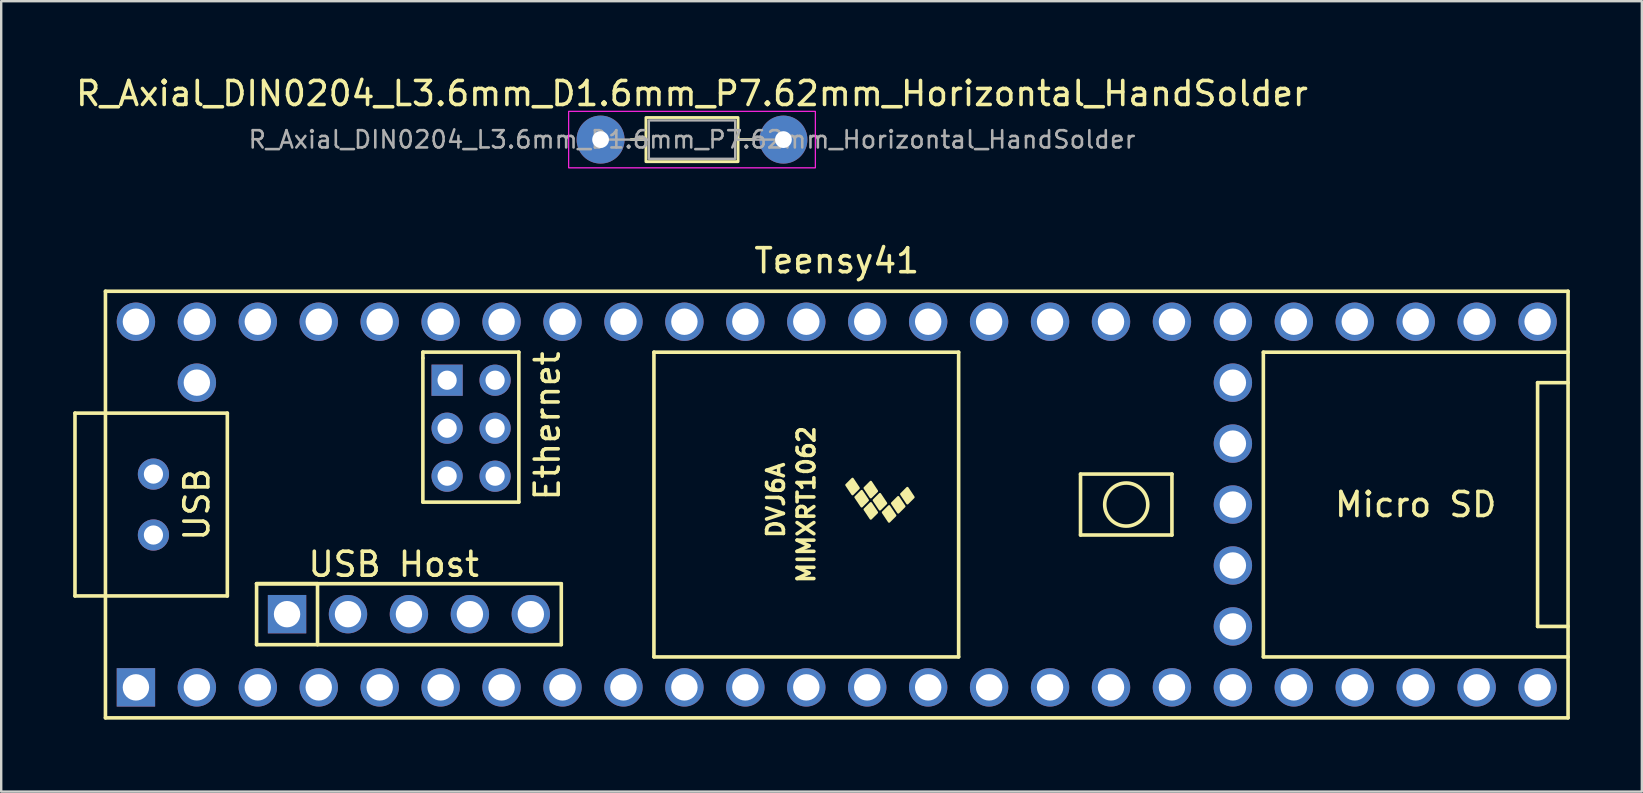
<source format=kicad_pcb>
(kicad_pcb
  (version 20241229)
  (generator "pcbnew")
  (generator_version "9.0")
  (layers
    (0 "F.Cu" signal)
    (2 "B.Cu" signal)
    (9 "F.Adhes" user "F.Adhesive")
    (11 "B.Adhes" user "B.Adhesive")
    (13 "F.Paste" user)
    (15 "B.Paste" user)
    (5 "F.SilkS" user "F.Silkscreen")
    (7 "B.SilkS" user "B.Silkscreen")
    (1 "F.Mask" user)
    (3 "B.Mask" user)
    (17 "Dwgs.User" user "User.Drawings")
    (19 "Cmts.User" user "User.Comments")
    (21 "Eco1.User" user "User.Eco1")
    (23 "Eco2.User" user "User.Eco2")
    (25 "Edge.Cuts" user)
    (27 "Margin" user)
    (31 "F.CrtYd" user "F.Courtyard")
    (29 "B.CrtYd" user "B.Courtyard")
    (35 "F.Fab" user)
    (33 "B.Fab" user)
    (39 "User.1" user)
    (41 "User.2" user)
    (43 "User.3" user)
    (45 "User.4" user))
  (footprint "Teensy41"
    (layer "F.Cu")
    (at 31.825 17.979)
    (property "Reference" "Teensy41" (at 0 -10.16 0) (layer "F.SilkS") (effects (font (size 1 1) (thickness 0.15))))
    (attr through_hole)
    (fp_line (start -31.75 -3.81) (end -30.48 -3.81) (stroke (width 0.15) (type solid)) (layer "F.SilkS"))
    (fp_line (start -31.75 3.81) (end -31.75 -3.81) (stroke (width 0.15) (type solid)) (layer "F.SilkS"))
    (fp_line (start -30.48 -8.89) (end 30.48 -8.89) (stroke (width 0.15) (type solid)) (layer "F.SilkS"))
    (fp_line (start -30.48 3.81) (end -31.75 3.81) (stroke (width 0.15) (type solid)) (layer "F.SilkS"))
    (fp_line (start -30.48 8.89) (end -30.48 -8.89) (stroke (width 0.15) (type solid)) (layer "F.SilkS"))
    (fp_line (start -25.4 -3.81) (end -30.48 -3.81) (stroke (width 0.15) (type solid)) (layer "F.SilkS"))
    (fp_line (start -25.4 3.81) (end -30.48 3.81) (stroke (width 0.15) (type solid)) (layer "F.SilkS"))
    (fp_line (start -25.4 3.81) (end -25.4 -3.81) (stroke (width 0.15) (type solid)) (layer "F.SilkS"))
    (fp_line (start -24.181 3.299) (end -21.641 3.299) (stroke (width 0.15) (type solid)) (layer "F.SilkS"))
    (fp_line (start -24.181 3.299) (end -11.481 3.299) (stroke (width 0.15) (type solid)) (layer "F.SilkS"))
    (fp_line (start -24.181 5.839) (end -24.181 3.299) (stroke (width 0.15) (type solid)) (layer "F.SilkS"))
    (fp_line (start -21.641 3.299) (end -21.641 5.839) (stroke (width 0.15) (type solid)) (layer "F.SilkS"))
    (fp_line (start -17.25 -6.352) (end -17.25 -6.102) (stroke (width 0.15) (type solid)) (layer "F.SilkS"))
    (fp_line (start -17.25 -6.102) (end -17.25 -0.102) (stroke (width 0.15) (type solid)) (layer "F.SilkS"))
    (fp_line (start -17.25 -0.102) (end -13.25 -0.102) (stroke (width 0.15) (type solid)) (layer "F.SilkS"))
    (fp_line (start -13.25 -6.352) (end -17.25 -6.352) (stroke (width 0.15) (type solid)) (layer "F.SilkS"))
    (fp_line (start -13.25 -0.102) (end -13.25 -6.352) (stroke (width 0.15) (type solid)) (layer "F.SilkS"))
    (fp_line (start -11.481 3.299) (end -11.481 5.839) (stroke (width 0.15) (type solid)) (layer "F.SilkS"))
    (fp_line (start -11.481 5.839) (end -24.181 5.839) (stroke (width 0.15) (type solid)) (layer "F.SilkS"))
    (fp_line (start -7.62 -6.35) (end -7.62 6.35) (stroke (width 0.15) (type solid)) (layer "F.SilkS"))
    (fp_line (start -7.62 6.35) (end 5.08 6.35) (stroke (width 0.15) (type solid)) (layer "F.SilkS"))
    (fp_line (start 5.08 -6.35) (end -7.62 -6.35) (stroke (width 0.15) (type solid)) (layer "F.SilkS"))
    (fp_line (start 5.08 6.35) (end 5.08 -6.35) (stroke (width 0.15) (type solid)) (layer "F.SilkS"))
    (fp_line (start 10.16 -1.27) (end 13.97 -1.27) (stroke (width 0.15) (type solid)) (layer "F.SilkS"))
    (fp_line (start 10.16 1.27) (end 10.16 -1.27) (stroke (width 0.15) (type solid)) (layer "F.SilkS"))
    (fp_line (start 13.97 -1.27) (end 13.97 1.27) (stroke (width 0.15) (type solid)) (layer "F.SilkS"))
    (fp_line (start 13.97 1.27) (end 10.16 1.27) (stroke (width 0.15) (type solid)) (layer "F.SilkS"))
    (fp_line (start 17.78 -6.35) (end 17.78 6.35) (stroke (width 0.15) (type solid)) (layer "F.SilkS"))
    (fp_line (start 17.78 6.35) (end 30.48 6.35) (stroke (width 0.15) (type solid)) (layer "F.SilkS"))
    (fp_line (start 29.21 -5.08) (end 29.21 5.08) (stroke (width 0.15) (type solid)) (layer "F.SilkS"))
    (fp_line (start 29.21 5.08) (end 30.48 5.08) (stroke (width 0.15) (type solid)) (layer "F.SilkS"))
    (fp_line (start 30.48 -8.89) (end 30.48 8.89) (stroke (width 0.15) (type solid)) (layer "F.SilkS"))
    (fp_line (start 30.48 -6.35) (end 17.78 -6.35) (stroke (width 0.15) (type solid)) (layer "F.SilkS"))
    (fp_line (start 30.48 -5.08) (end 29.21 -5.08) (stroke (width 0.15) (type solid)) (layer "F.SilkS"))
    (fp_line (start 30.48 8.89) (end -30.48 8.89) (stroke (width 0.15) (type solid)) (layer "F.SilkS"))
    (fp_circle (center 12.065 0) (end 12.7 -0.635) (stroke (width 0.15) (type solid)) (fill no) (layer "F.SilkS"))
    (fp_poly (pts (xy 0.911 -0.688) (xy 0.657 -0.434) (xy 0.403 -0.815) (xy 0.657 -1.069)) (stroke (width 0.1) (type solid)) (fill yes) (layer "F.SilkS"))
    (fp_poly (pts (xy 1.292 -0.18) (xy 1.038 0.074) (xy 0.784 -0.307) (xy 1.038 -0.561)) (stroke (width 0.1) (type solid)) (fill yes) (layer "F.SilkS"))
    (fp_poly (pts (xy 1.673 -0.561) (xy 1.419 -0.307) (xy 1.165 -0.688) (xy 1.419 -0.942)) (stroke (width 0.1) (type solid)) (fill yes) (layer "F.SilkS"))
    (fp_poly (pts (xy 1.673 0.328) (xy 1.419 0.582) (xy 1.165 0.201) (xy 1.419 -0.053)) (stroke (width 0.1) (type solid)) (fill yes) (layer "F.SilkS"))
    (fp_poly (pts (xy 2.054 -0.053) (xy 1.8 0.201) (xy 1.546 -0.18) (xy 1.8 -0.434)) (stroke (width 0.1) (type solid)) (fill yes) (layer "F.SilkS"))
    (fp_poly (pts (xy 2.435 0.455) (xy 2.181 0.709) (xy 1.927 0.328) (xy 2.181 0.074)) (stroke (width 0.1) (type solid)) (fill yes) (layer "F.SilkS"))
    (fp_poly (pts (xy 2.816 0.074) (xy 2.562 0.328) (xy 2.308 -0.053) (xy 2.562 -0.307)) (stroke (width 0.1) (type solid)) (fill yes) (layer "F.SilkS"))
    (fp_poly (pts (xy 3.197 -0.307) (xy 2.943 -0.053) (xy 2.689 -0.434) (xy 2.943 -0.688)) (stroke (width 0.1) (type solid)) (fill yes) (layer "F.SilkS"))
    (fp_text user "Micro SD" (at 24.13 0 0) (layer "F.SilkS") (effects (font (size 1 1) (thickness 0.15))))
    (fp_text user "DVJ6A" (at -2.54 -0.18 270) (layer "F.SilkS") (effects (font (size 0.7 0.7) (thickness 0.15))))
    (fp_text user "USB" (at -26.67 0 270) (layer "F.SilkS") (effects (font (size 1 1) (thickness 0.15))))
    (fp_text user "USB Host" (at -18.466 2.489 0) (layer "F.SilkS") (effects (font (size 1 1) (thickness 0.15))))
    (fp_text user "Ethernet" (at -12.065 -3.277 90) (layer "F.SilkS") (effects (font (size 1 1) (thickness 0.15))))
    (fp_text user "MIMXRT1062" (at -1.27 0 270) (layer "F.SilkS") (effects (font (size 0.7 0.7) (thickness 0.15))))
    (pad "1" thru_hole rect (at -29.21 7.62) (size 1.6 1.6) (drill 1.1) (layers "*.Cu" "*.Mask"))
    (pad "2" thru_hole circle (at -26.67 7.62) (size 1.6 1.6) (drill 1.1) (layers "*.Cu" "*.Mask"))
    (pad "3" thru_hole circle (at -24.13 7.62) (size 1.6 1.6) (drill 1.1) (layers "*.Cu" "*.Mask"))
    (pad "4" thru_hole circle (at -21.59 7.62) (size 1.6 1.6) (drill 1.1) (layers "*.Cu" "*.Mask"))
    (pad "5" thru_hole circle (at -19.05 7.62) (size 1.6 1.6) (drill 1.1) (layers "*.Cu" "*.Mask"))
    (pad "6" thru_hole circle (at -16.51 7.62) (size 1.6 1.6) (drill 1.1) (layers "*.Cu" "*.Mask"))
    (pad "7" thru_hole circle (at -13.97 7.62) (size 1.6 1.6) (drill 1.1) (layers "*.Cu" "*.Mask"))
    (pad "8" thru_hole circle (at -11.43 7.62) (size 1.6 1.6) (drill 1.1) (layers "*.Cu" "*.Mask"))
    (pad "9" thru_hole circle (at -8.89 7.62) (size 1.6 1.6) (drill 1.1) (layers "*.Cu" "*.Mask"))
    (pad "10" thru_hole circle (at -6.35 7.62) (size 1.6 1.6) (drill 1.1) (layers "*.Cu" "*.Mask"))
    (pad "11" thru_hole circle (at -3.81 7.62) (size 1.6 1.6) (drill 1.1) (layers "*.Cu" "*.Mask"))
    (pad "12" thru_hole circle (at -1.27 7.62) (size 1.6 1.6) (drill 1.1) (layers "*.Cu" "*.Mask"))
    (pad "13" thru_hole circle (at 1.27 7.62) (size 1.6 1.6) (drill 1.1) (layers "*.Cu" "*.Mask"))
    (pad "14" thru_hole circle (at 3.81 7.62) (size 1.6 1.6) (drill 1.1) (layers "*.Cu" "*.Mask"))
    (pad "15" thru_hole circle (at 6.35 7.62) (size 1.6 1.6) (drill 1.1) (layers "*.Cu" "*.Mask"))
    (pad "16" thru_hole circle (at 8.89 7.62) (size 1.6 1.6) (drill 1.1) (layers "*.Cu" "*.Mask"))
    (pad "17" thru_hole circle (at 11.43 7.62) (size 1.6 1.6) (drill 1.1) (layers "*.Cu" "*.Mask"))
    (pad "18" thru_hole circle (at 13.97 7.62) (size 1.6 1.6) (drill 1.1) (layers "*.Cu" "*.Mask"))
    (pad "19" thru_hole circle (at 16.51 7.62) (size 1.6 1.6) (drill 1.1) (layers "*.Cu" "*.Mask"))
    (pad "20" thru_hole circle (at 19.05 7.62) (size 1.6 1.6) (drill 1.1) (layers "*.Cu" "*.Mask"))
    (pad "21" thru_hole circle (at 21.59 7.62) (size 1.6 1.6) (drill 1.1) (layers "*.Cu" "*.Mask"))
    (pad "22" thru_hole circle (at 24.13 7.62) (size 1.6 1.6) (drill 1.1) (layers "*.Cu" "*.Mask"))
    (pad "23" thru_hole circle (at 26.67 7.62) (size 1.6 1.6) (drill 1.1) (layers "*.Cu" "*.Mask"))
    (pad "24" thru_hole circle (at 29.21 7.62) (size 1.6 1.6) (drill 1.1) (layers "*.Cu" "*.Mask"))
    (pad "25" thru_hole circle (at 29.21 -7.62) (size 1.6 1.6) (drill 1.1) (layers "*.Cu" "*.Mask"))
    (pad "26" thru_hole circle (at 26.67 -7.62) (size 1.6 1.6) (drill 1.1) (layers "*.Cu" "*.Mask"))
    (pad "27" thru_hole circle (at 24.13 -7.62) (size 1.6 1.6) (drill 1.1) (layers "*.Cu" "*.Mask"))
    (pad "28" thru_hole circle (at 21.59 -7.62) (size 1.6 1.6) (drill 1.1) (layers "*.Cu" "*.Mask"))
    (pad "29" thru_hole circle (at 19.05 -7.62) (size 1.6 1.6) (drill 1.1) (layers "*.Cu" "*.Mask"))
    (pad "30" thru_hole circle (at 16.51 -7.62) (size 1.6 1.6) (drill 1.1) (layers "*.Cu" "*.Mask"))
    (pad "31" thru_hole circle (at 13.97 -7.62) (size 1.6 1.6) (drill 1.1) (layers "*.Cu" "*.Mask"))
    (pad "32" thru_hole circle (at 11.43 -7.62) (size 1.6 1.6) (drill 1.1) (layers "*.Cu" "*.Mask"))
    (pad "33" thru_hole circle (at 8.89 -7.62) (size 1.6 1.6) (drill 1.1) (layers "*.Cu" "*.Mask"))
    (pad "34" thru_hole circle (at 6.35 -7.62) (size 1.6 1.6) (drill 1.1) (layers "*.Cu" "*.Mask"))
    (pad "35" thru_hole circle (at 3.81 -7.62) (size 1.6 1.6) (drill 1.1) (layers "*.Cu" "*.Mask"))
    (pad "36" thru_hole circle (at 1.27 -7.62) (size 1.6 1.6) (drill 1.1) (layers "*.Cu" "*.Mask"))
    (pad "37" thru_hole circle (at -1.27 -7.62) (size 1.6 1.6) (drill 1.1) (layers "*.Cu" "*.Mask"))
    (pad "38" thru_hole circle (at -3.81 -7.62) (size 1.6 1.6) (drill 1.1) (layers "*.Cu" "*.Mask"))
    (pad "39" thru_hole circle (at -6.35 -7.62) (size 1.6 1.6) (drill 1.1) (layers "*.Cu" "*.Mask"))
    (pad "40" thru_hole circle (at -8.89 -7.62) (size 1.6 1.6) (drill 1.1) (layers "*.Cu" "*.Mask"))
    (pad "41" thru_hole circle (at -11.43 -7.62) (size 1.6 1.6) (drill 1.1) (layers "*.Cu" "*.Mask"))
    (pad "42" thru_hole circle (at -13.97 -7.62) (size 1.6 1.6) (drill 1.1) (layers "*.Cu" "*.Mask"))
    (pad "43" thru_hole circle (at -16.51 -7.62) (size 1.6 1.6) (drill 1.1) (layers "*.Cu" "*.Mask"))
    (pad "44" thru_hole circle (at -19.05 -7.62) (size 1.6 1.6) (drill 1.1) (layers "*.Cu" "*.Mask"))
    (pad "45" thru_hole circle (at -21.59 -7.62) (size 1.6 1.6) (drill 1.1) (layers "*.Cu" "*.Mask"))
    (pad "46" thru_hole circle (at -24.13 -7.62) (size 1.6 1.6) (drill 1.1) (layers "*.Cu" "*.Mask"))
    (pad "47" thru_hole circle (at -26.67 -7.62) (size 1.6 1.6) (drill 1.1) (layers "*.Cu" "*.Mask"))
    (pad "48" thru_hole circle (at -29.21 -7.62) (size 1.6 1.6) (drill 1.1) (layers "*.Cu" "*.Mask"))
    (pad "49" thru_hole circle (at -26.67 -5.08) (size 1.6 1.6) (drill 1.1) (layers "*.Cu" "*.Mask"))
    (pad "50" thru_hole circle (at 16.51 5.08) (size 1.6 1.6) (drill 1.1) (layers "*.Cu" "*.Mask"))
    (pad "51" thru_hole circle (at 16.51 2.54) (size 1.6 1.6) (drill 1.1) (layers "*.Cu" "*.Mask"))
    (pad "52" thru_hole circle (at 16.51 0) (size 1.6 1.6) (drill 1.1) (layers "*.Cu" "*.Mask"))
    (pad "53" thru_hole circle (at 16.51 -2.54) (size 1.6 1.6) (drill 1.1) (layers "*.Cu" "*.Mask"))
    (pad "54" thru_hole circle (at 16.51 -5.08) (size 1.6 1.6) (drill 1.1) (layers "*.Cu" "*.Mask"))
    (pad "55" thru_hole rect (at -22.911 4.569) (size 1.6 1.6) (drill 1.1) (layers "*.Cu" "*.Mask"))
    (pad "56" thru_hole circle (at -20.371 4.569) (size 1.6 1.6) (drill 1.1) (layers "*.Cu" "*.Mask"))
    (pad "57" thru_hole circle (at -17.831 4.569) (size 1.6 1.6) (drill 1.1) (layers "*.Cu" "*.Mask"))
    (pad "58" thru_hole circle (at -15.291 4.569) (size 1.6 1.6) (drill 1.1) (layers "*.Cu" "*.Mask"))
    (pad "59" thru_hole circle (at -12.751 4.569) (size 1.6 1.6) (drill 1.1) (layers "*.Cu" "*.Mask"))
    (pad "60" thru_hole rect (at -16.24 -5.182) (size 1.3 1.3) (drill 0.8) (layers "*.Cu" "*.Mask"))
    (pad "61" thru_hole circle (at -16.24 -3.182) (size 1.3 1.3) (drill 0.8) (layers "*.Cu" "*.Mask"))
    (pad "62" thru_hole circle (at -16.24 -1.182) (size 1.3 1.3) (drill 0.8) (layers "*.Cu" "*.Mask"))
    (pad "63" thru_hole circle (at -14.24 -1.182) (size 1.3 1.3) (drill 0.8) (layers "*.Cu" "*.Mask"))
    (pad "64" thru_hole circle (at -14.24 -3.182) (size 1.3 1.3) (drill 0.8) (layers "*.Cu" "*.Mask"))
    (pad "65" thru_hole circle (at -14.24 -5.182) (size 1.3 1.3) (drill 0.8) (layers "*.Cu" "*.Mask"))
    (pad "66" thru_hole circle (at -28.48 -1.27) (size 1.3 1.3) (drill 0.8) (layers "*.Cu" "*.Mask"))
    (pad "67" thru_hole circle (at -28.48 1.27) (size 1.3 1.3) (drill 0.8) (layers "*.Cu" "*.Mask")))
  (footprint "R_Axial_DIN0204_L3.6mm_D1.6mm_P7.62mm_Horizontal_HandSolder"
    (layer "F.Cu")
    (at 21.982 2.768)
    (property "Reference" "R_Axial_DIN0204_L3.6mm_D1.6mm_P7.62mm_Horizontal_HandSolder" (at 3.81 -1.92 0) (layer "F.SilkS") (effects (font (size 1 1) (thickness 0.15))))
    (attr through_hole)
    (fp_line (start 1.27 0) (end 1.89 0) (stroke (width 0.12) (type solid)) (layer "F.SilkS"))
    (fp_line (start 6.35 0) (end 5.73 0) (stroke (width 0.12) (type solid)) (layer "F.SilkS"))
    (fp_rect (start 1.89 -0.92) (end 5.73 0.92) (stroke (width 0.12) (type solid)) (fill no) (layer "F.SilkS"))
    (fp_rect (start -1.331 -1.177) (end 8.951 1.177) (stroke (width 0.05) (type solid)) (fill no) (layer "F.CrtYd"))
    (fp_line (start 0 0) (end 2.01 0) (stroke (width 0.1) (type solid)) (layer "F.Fab"))
    (fp_line (start 7.62 0) (end 5.61 0) (stroke (width 0.1) (type solid)) (layer "F.Fab"))
    (fp_rect (start 2.01 -0.8) (end 5.61 0.8) (stroke (width 0.1) (type solid)) (fill no) (layer "F.Fab"))
    (fp_text user "${REFERENCE}" (at 3.81 0 0) (layer "F.Fab") (effects (font (size 0.72 0.72) (thickness 0.108))))
    (pad "1" thru_hole circle (at 0 0) (size 2 2) (drill 0.7) (layers "*.Cu" "*.Mask"))
    (pad "2" thru_hole circle (at 7.62 0) (size 2 2) (drill 0.7) (layers "*.Cu" "*.Mask")))
  (gr_rect
    (start -3 -3)
    (end 65.38 29.944)
    (stroke (width 0.1) (type default))
    (fill no)
    (layer "Edge.Cuts")))
</source>
